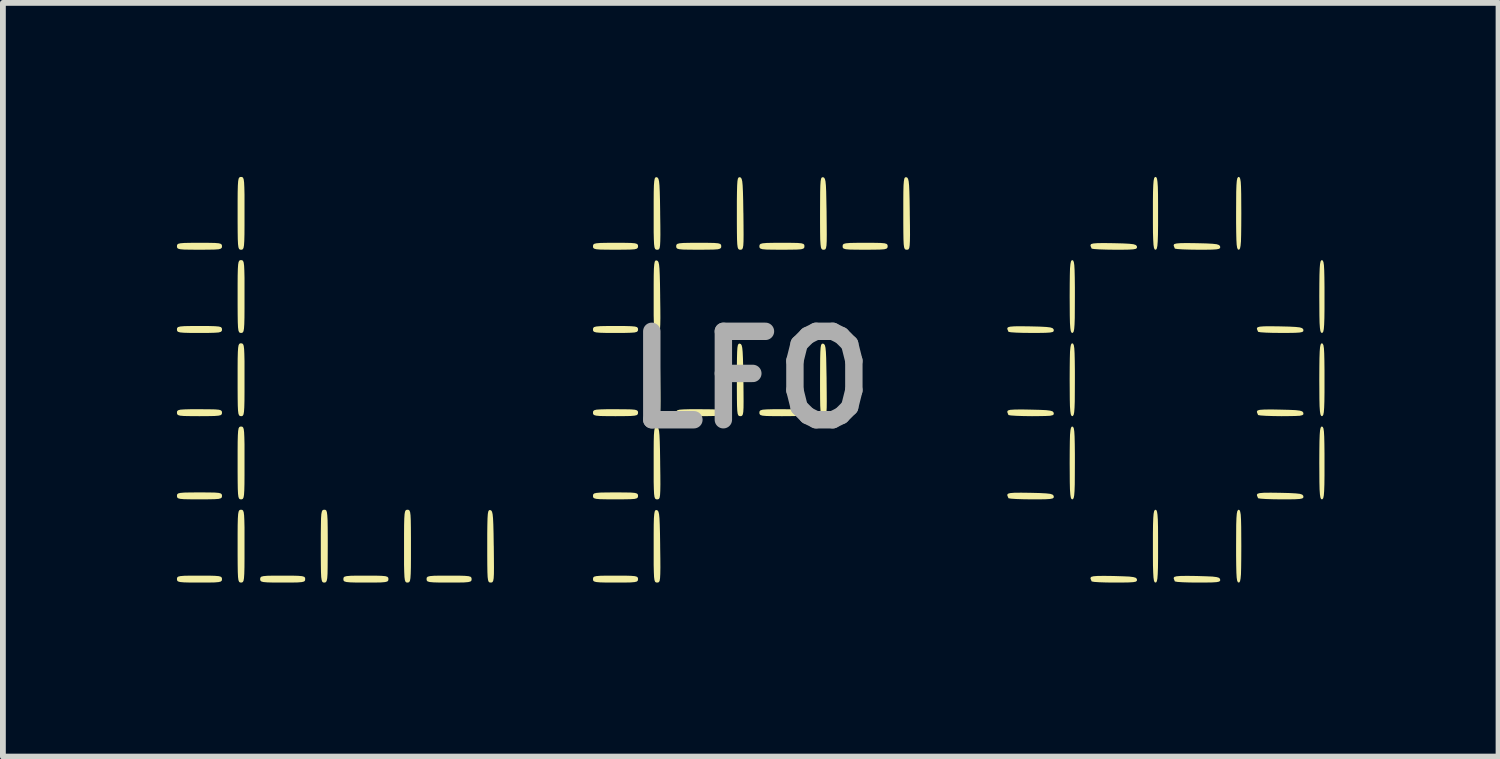
<source format=kicad_pcb>
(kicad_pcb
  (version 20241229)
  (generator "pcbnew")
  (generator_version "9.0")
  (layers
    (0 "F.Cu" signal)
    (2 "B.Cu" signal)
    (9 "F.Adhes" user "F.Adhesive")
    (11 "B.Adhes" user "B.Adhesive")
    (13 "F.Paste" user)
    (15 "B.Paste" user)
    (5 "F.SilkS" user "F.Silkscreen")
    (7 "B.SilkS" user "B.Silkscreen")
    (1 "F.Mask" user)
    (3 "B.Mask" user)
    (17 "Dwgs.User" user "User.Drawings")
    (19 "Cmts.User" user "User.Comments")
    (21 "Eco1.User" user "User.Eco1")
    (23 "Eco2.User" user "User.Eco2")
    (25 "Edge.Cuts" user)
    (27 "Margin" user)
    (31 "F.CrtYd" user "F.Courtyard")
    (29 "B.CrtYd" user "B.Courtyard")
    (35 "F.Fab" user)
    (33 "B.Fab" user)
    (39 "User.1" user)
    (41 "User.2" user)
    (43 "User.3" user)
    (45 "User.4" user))
  (footprint "LFO"
    (layer "F.Cu")
    (at 9.891 3.496)
    (property "Reference" "LFO" (at 0 0 0) (layer "F.Fab") (effects (font (size 1.524 1.524) (thickness 0.3))))
    (attr board_only exclude_from_pos_files exclude_from_bom)
    (fp_poly (pts (xy -9.344 -2.36) (xy -9.236 -2.358) (xy -9.168 -2.352) (xy -9.132 -2.341) (xy -9.117 -2.324) (xy -9.114 -2.301) (xy -9.117 -2.277) (xy -9.134 -2.26) (xy -9.172 -2.249) (xy -9.243 -2.244) (xy -9.355 -2.242) (xy -9.503 -2.241) (xy -9.661 -2.242) (xy -9.77 -2.244) (xy -9.837 -2.25) (xy -9.874 -2.261) (xy -9.888 -2.278) (xy -9.891 -2.301) (xy -9.888 -2.325) (xy -9.872 -2.342) (xy -9.833 -2.352) (xy -9.762 -2.358) (xy -9.65 -2.36) (xy -9.503 -2.361)) (stroke (width 0) (type solid)) (fill yes) (layer "F.SilkS"))
    (fp_poly (pts (xy -9.344 -0.926) (xy -9.236 -0.923) (xy -9.168 -0.917) (xy -9.132 -0.907) (xy -9.117 -0.889) (xy -9.114 -0.867) (xy -9.117 -0.842) (xy -9.134 -0.826) (xy -9.172 -0.815) (xy -9.243 -0.81) (xy -9.355 -0.807) (xy -9.503 -0.807) (xy -9.661 -0.807) (xy -9.77 -0.81) (xy -9.837 -0.816) (xy -9.874 -0.827) (xy -9.888 -0.844) (xy -9.891 -0.867) (xy -9.888 -0.891) (xy -9.872 -0.908) (xy -9.833 -0.918) (xy -9.762 -0.924) (xy -9.65 -0.926) (xy -9.503 -0.926)) (stroke (width 0) (type solid)) (fill yes) (layer "F.SilkS"))
    (fp_poly (pts (xy -9.344 0.509) (xy -9.236 0.511) (xy -9.168 0.517) (xy -9.132 0.528) (xy -9.117 0.545) (xy -9.114 0.568) (xy -9.117 0.592) (xy -9.134 0.609) (xy -9.172 0.619) (xy -9.243 0.625) (xy -9.355 0.627) (xy -9.503 0.628) (xy -9.661 0.627) (xy -9.77 0.625) (xy -9.837 0.619) (xy -9.874 0.608) (xy -9.888 0.59) (xy -9.891 0.568) (xy -9.888 0.543) (xy -9.872 0.527) (xy -9.833 0.516) (xy -9.762 0.511) (xy -9.65 0.508) (xy -9.503 0.508)) (stroke (width 0) (type solid)) (fill yes) (layer "F.SilkS"))
    (fp_poly (pts (xy -9.344 1.943) (xy -9.236 1.945) (xy -9.168 1.951) (xy -9.132 1.962) (xy -9.117 1.979) (xy -9.114 2.002) (xy -9.117 2.027) (xy -9.134 2.043) (xy -9.172 2.054) (xy -9.243 2.059) (xy -9.355 2.061) (xy -9.503 2.062) (xy -9.661 2.061) (xy -9.77 2.059) (xy -9.837 2.053) (xy -9.874 2.042) (xy -9.888 2.025) (xy -9.891 2.002) (xy -9.888 1.978) (xy -9.872 1.961) (xy -9.833 1.951) (xy -9.762 1.945) (xy -9.65 1.943) (xy -9.503 1.942)) (stroke (width 0) (type solid)) (fill yes) (layer "F.SilkS"))
    (fp_poly (pts (xy -9.344 3.377) (xy -9.236 3.38) (xy -9.168 3.386) (xy -9.132 3.397) (xy -9.117 3.414) (xy -9.114 3.436) (xy -9.117 3.461) (xy -9.134 3.478) (xy -9.172 3.488) (xy -9.243 3.494) (xy -9.355 3.496) (xy -9.503 3.496) (xy -9.661 3.496) (xy -9.77 3.493) (xy -9.837 3.487) (xy -9.874 3.476) (xy -9.888 3.459) (xy -9.891 3.436) (xy -9.888 3.412) (xy -9.872 3.395) (xy -9.833 3.385) (xy -9.762 3.379) (xy -9.65 3.377) (xy -9.503 3.377)) (stroke (width 0) (type solid)) (fill yes) (layer "F.SilkS"))
    (fp_poly (pts (xy -7.91 3.377) (xy -7.801 3.38) (xy -7.734 3.386) (xy -7.697 3.397) (xy -7.682 3.414) (xy -7.68 3.436) (xy -7.683 3.461) (xy -7.699 3.478) (xy -7.738 3.488) (xy -7.809 3.494) (xy -7.921 3.496) (xy -8.068 3.496) (xy -8.227 3.496) (xy -8.335 3.493) (xy -8.403 3.487) (xy -8.439 3.476) (xy -8.454 3.459) (xy -8.457 3.436) (xy -8.453 3.412) (xy -8.437 3.395) (xy -8.398 3.385) (xy -8.328 3.379) (xy -8.216 3.377) (xy -8.068 3.377)) (stroke (width 0) (type solid)) (fill yes) (layer "F.SilkS"))
    (fp_poly (pts (xy -6.475 3.377) (xy -6.367 3.38) (xy -6.299 3.386) (xy -6.263 3.397) (xy -6.248 3.414) (xy -6.245 3.436) (xy -6.249 3.461) (xy -6.265 3.478) (xy -6.304 3.488) (xy -6.374 3.494) (xy -6.487 3.496) (xy -6.634 3.496) (xy -6.792 3.496) (xy -6.901 3.493) (xy -6.968 3.487) (xy -7.005 3.476) (xy -7.02 3.459) (xy -7.022 3.436) (xy -7.019 3.412) (xy -7.003 3.395) (xy -6.964 3.385) (xy -6.893 3.379) (xy -6.781 3.377) (xy -6.634 3.377)) (stroke (width 0) (type solid)) (fill yes) (layer "F.SilkS"))
    (fp_poly (pts (xy -5.041 3.377) (xy -4.933 3.38) (xy -4.865 3.386) (xy -4.828 3.397) (xy -4.814 3.414) (xy -4.811 3.436) (xy -4.814 3.461) (xy -4.831 3.478) (xy -4.869 3.488) (xy -4.94 3.494) (xy -5.052 3.496) (xy -5.2 3.496) (xy -5.358 3.496) (xy -5.466 3.493) (xy -5.534 3.487) (xy -5.571 3.476) (xy -5.585 3.459) (xy -5.588 3.436) (xy -5.585 3.412) (xy -5.568 3.395) (xy -5.53 3.385) (xy -5.459 3.379) (xy -5.347 3.377) (xy -5.2 3.377)) (stroke (width 0) (type solid)) (fill yes) (layer "F.SilkS"))
    (fp_poly (pts (xy -2.172 -2.36) (xy -2.064 -2.358) (xy -1.996 -2.352) (xy -1.96 -2.341) (xy -1.945 -2.324) (xy -1.942 -2.301) (xy -1.946 -2.277) (xy -1.962 -2.26) (xy -2.001 -2.249) (xy -2.071 -2.244) (xy -2.183 -2.242) (xy -2.331 -2.241) (xy -2.489 -2.242) (xy -2.598 -2.244) (xy -2.665 -2.25) (xy -2.702 -2.261) (xy -2.717 -2.278) (xy -2.719 -2.301) (xy -2.716 -2.325) (xy -2.7 -2.342) (xy -2.661 -2.352) (xy -2.59 -2.358) (xy -2.478 -2.36) (xy -2.331 -2.361)) (stroke (width 0) (type solid)) (fill yes) (layer "F.SilkS"))
    (fp_poly (pts (xy -2.172 -0.926) (xy -2.064 -0.923) (xy -1.996 -0.917) (xy -1.96 -0.907) (xy -1.945 -0.889) (xy -1.942 -0.867) (xy -1.946 -0.842) (xy -1.962 -0.826) (xy -2.001 -0.815) (xy -2.071 -0.81) (xy -2.183 -0.807) (xy -2.331 -0.807) (xy -2.489 -0.807) (xy -2.598 -0.81) (xy -2.665 -0.816) (xy -2.702 -0.827) (xy -2.717 -0.844) (xy -2.719 -0.867) (xy -2.716 -0.891) (xy -2.7 -0.908) (xy -2.661 -0.918) (xy -2.59 -0.924) (xy -2.478 -0.926) (xy -2.331 -0.926)) (stroke (width 0) (type solid)) (fill yes) (layer "F.SilkS"))
    (fp_poly (pts (xy -2.172 0.509) (xy -2.064 0.511) (xy -1.996 0.517) (xy -1.96 0.528) (xy -1.945 0.545) (xy -1.942 0.568) (xy -1.946 0.592) (xy -1.962 0.609) (xy -2.001 0.619) (xy -2.071 0.625) (xy -2.183 0.627) (xy -2.331 0.628) (xy -2.489 0.627) (xy -2.598 0.625) (xy -2.665 0.619) (xy -2.702 0.608) (xy -2.717 0.59) (xy -2.719 0.568) (xy -2.716 0.543) (xy -2.7 0.527) (xy -2.661 0.516) (xy -2.59 0.511) (xy -2.478 0.508) (xy -2.331 0.508)) (stroke (width 0) (type solid)) (fill yes) (layer "F.SilkS"))
    (fp_poly (pts (xy -2.172 1.943) (xy -2.064 1.945) (xy -1.996 1.951) (xy -1.96 1.962) (xy -1.945 1.979) (xy -1.942 2.002) (xy -1.946 2.027) (xy -1.962 2.043) (xy -2.001 2.054) (xy -2.071 2.059) (xy -2.183 2.061) (xy -2.331 2.062) (xy -2.489 2.061) (xy -2.598 2.059) (xy -2.665 2.053) (xy -2.702 2.042) (xy -2.717 2.025) (xy -2.719 2.002) (xy -2.716 1.978) (xy -2.7 1.961) (xy -2.661 1.951) (xy -2.59 1.945) (xy -2.478 1.943) (xy -2.331 1.942)) (stroke (width 0) (type solid)) (fill yes) (layer "F.SilkS"))
    (fp_poly (pts (xy -2.172 3.377) (xy -2.064 3.38) (xy -1.996 3.386) (xy -1.96 3.397) (xy -1.945 3.414) (xy -1.942 3.436) (xy -1.946 3.461) (xy -1.962 3.478) (xy -2.001 3.488) (xy -2.071 3.494) (xy -2.183 3.496) (xy -2.331 3.496) (xy -2.489 3.496) (xy -2.598 3.493) (xy -2.665 3.487) (xy -2.702 3.476) (xy -2.717 3.459) (xy -2.719 3.436) (xy -2.716 3.412) (xy -2.7 3.395) (xy -2.661 3.385) (xy -2.59 3.379) (xy -2.478 3.377) (xy -2.331 3.377)) (stroke (width 0) (type solid)) (fill yes) (layer "F.SilkS"))
    (fp_poly (pts (xy -0.738 -2.36) (xy -0.63 -2.358) (xy -0.562 -2.352) (xy -0.525 -2.341) (xy -0.511 -2.324) (xy -0.508 -2.301) (xy -0.511 -2.277) (xy -0.528 -2.26) (xy -0.566 -2.249) (xy -0.637 -2.244) (xy -0.749 -2.242) (xy -0.896 -2.241) (xy -1.055 -2.242) (xy -1.163 -2.244) (xy -1.231 -2.25) (xy -1.268 -2.261) (xy -1.282 -2.278) (xy -1.285 -2.301) (xy -1.282 -2.325) (xy -1.265 -2.342) (xy -1.227 -2.352) (xy -1.156 -2.358) (xy -1.044 -2.36) (xy -0.896 -2.361)) (stroke (width 0) (type solid)) (fill yes) (layer "F.SilkS"))
    (fp_poly (pts (xy -0.738 0.509) (xy -0.63 0.511) (xy -0.562 0.517) (xy -0.525 0.528) (xy -0.511 0.545) (xy -0.508 0.568) (xy -0.511 0.592) (xy -0.528 0.609) (xy -0.566 0.619) (xy -0.637 0.625) (xy -0.749 0.627) (xy -0.896 0.628) (xy -1.055 0.627) (xy -1.163 0.625) (xy -1.231 0.619) (xy -1.268 0.608) (xy -1.282 0.59) (xy -1.285 0.568) (xy -1.282 0.543) (xy -1.265 0.527) (xy -1.227 0.516) (xy -1.156 0.511) (xy -1.044 0.508) (xy -0.896 0.508)) (stroke (width 0) (type solid)) (fill yes) (layer "F.SilkS"))
    (fp_poly (pts (xy 0.696 -2.36) (xy 0.805 -2.358) (xy 0.872 -2.352) (xy 0.909 -2.341) (xy 0.924 -2.324) (xy 0.926 -2.301) (xy 0.923 -2.277) (xy 0.907 -2.26) (xy 0.868 -2.249) (xy 0.797 -2.244) (xy 0.685 -2.242) (xy 0.538 -2.241) (xy 0.379 -2.242) (xy 0.271 -2.244) (xy 0.203 -2.25) (xy 0.167 -2.261) (xy 0.152 -2.278) (xy 0.149 -2.301) (xy 0.153 -2.325) (xy 0.169 -2.342) (xy 0.208 -2.352) (xy 0.278 -2.358) (xy 0.391 -2.36) (xy 0.538 -2.361)) (stroke (width 0) (type solid)) (fill yes) (layer "F.SilkS"))
    (fp_poly (pts (xy 0.696 0.509) (xy 0.805 0.511) (xy 0.872 0.517) (xy 0.909 0.528) (xy 0.924 0.545) (xy 0.926 0.568) (xy 0.923 0.592) (xy 0.907 0.609) (xy 0.868 0.619) (xy 0.797 0.625) (xy 0.685 0.627) (xy 0.538 0.628) (xy 0.379 0.627) (xy 0.271 0.625) (xy 0.203 0.619) (xy 0.167 0.608) (xy 0.152 0.59) (xy 0.149 0.568) (xy 0.153 0.543) (xy 0.169 0.527) (xy 0.208 0.516) (xy 0.278 0.511) (xy 0.391 0.508) (xy 0.538 0.508)) (stroke (width 0) (type solid)) (fill yes) (layer "F.SilkS"))
    (fp_poly (pts (xy 2.131 -2.36) (xy 2.239 -2.358) (xy 2.307 -2.352) (xy 2.343 -2.341) (xy 2.358 -2.324) (xy 2.361 -2.301) (xy 2.357 -2.277) (xy 2.341 -2.26) (xy 2.302 -2.249) (xy 2.232 -2.244) (xy 2.12 -2.242) (xy 1.972 -2.241) (xy 1.814 -2.242) (xy 1.705 -2.244) (xy 1.638 -2.25) (xy 1.601 -2.261) (xy 1.586 -2.278) (xy 1.584 -2.301) (xy 1.587 -2.325) (xy 1.603 -2.342) (xy 1.642 -2.352) (xy 1.713 -2.358) (xy 1.825 -2.36) (xy 1.972 -2.361)) (stroke (width 0) (type solid)) (fill yes) (layer "F.SilkS"))
    (fp_poly (pts (xy 4.818 -0.92) (xy 4.98 -0.916) (xy 5.092 -0.91) (xy 5.163 -0.902) (xy 5.203 -0.889) (xy 5.22 -0.871) (xy 5.224 -0.859) (xy 5.223 -0.838) (xy 5.205 -0.823) (xy 5.161 -0.814) (xy 5.081 -0.809) (xy 4.957 -0.807) (xy 4.848 -0.807) (xy 4.702 -0.808) (xy 4.578 -0.812) (xy 4.488 -0.818) (xy 4.444 -0.826) (xy 4.443 -0.827) (xy 4.424 -0.872) (xy 4.423 -0.887) (xy 4.434 -0.904) (xy 4.472 -0.915) (xy 4.546 -0.921) (xy 4.664 -0.922)) (stroke (width 0) (type solid)) (fill yes) (layer "F.SilkS"))
    (fp_poly (pts (xy 4.818 0.515) (xy 4.98 0.519) (xy 5.092 0.524) (xy 5.163 0.533) (xy 5.203 0.545) (xy 5.22 0.564) (xy 5.224 0.575) (xy 5.223 0.597) (xy 5.205 0.611) (xy 5.161 0.621) (xy 5.081 0.625) (xy 4.957 0.627) (xy 4.848 0.628) (xy 4.702 0.626) (xy 4.578 0.622) (xy 4.488 0.616) (xy 4.444 0.609) (xy 4.443 0.608) (xy 4.424 0.562) (xy 4.423 0.547) (xy 4.434 0.53) (xy 4.472 0.519) (xy 4.546 0.514) (xy 4.664 0.512)) (stroke (width 0) (type solid)) (fill yes) (layer "F.SilkS"))
    (fp_poly (pts (xy 4.818 1.949) (xy 4.98 1.953) (xy 5.092 1.959) (xy 5.163 1.967) (xy 5.203 1.98) (xy 5.22 1.998) (xy 5.224 2.01) (xy 5.223 2.031) (xy 5.205 2.046) (xy 5.161 2.055) (xy 5.081 2.06) (xy 4.957 2.062) (xy 4.848 2.062) (xy 4.702 2.06) (xy 4.578 2.056) (xy 4.488 2.05) (xy 4.444 2.043) (xy 4.443 2.042) (xy 4.424 1.997) (xy 4.423 1.981) (xy 4.434 1.965) (xy 4.472 1.954) (xy 4.546 1.948) (xy 4.664 1.947)) (stroke (width 0) (type solid)) (fill yes) (layer "F.SilkS"))
    (fp_poly (pts (xy 6.253 -2.354) (xy 6.415 -2.35) (xy 6.526 -2.344) (xy 6.597 -2.336) (xy 6.637 -2.323) (xy 6.655 -2.305) (xy 6.658 -2.293) (xy 6.657 -2.272) (xy 6.64 -2.257) (xy 6.595 -2.248) (xy 6.516 -2.243) (xy 6.391 -2.241) (xy 6.282 -2.241) (xy 6.136 -2.243) (xy 6.012 -2.247) (xy 5.922 -2.253) (xy 5.879 -2.26) (xy 5.877 -2.261) (xy 5.858 -2.306) (xy 5.857 -2.322) (xy 5.868 -2.339) (xy 5.906 -2.349) (xy 5.981 -2.355) (xy 6.099 -2.356)) (stroke (width 0) (type solid)) (fill yes) (layer "F.SilkS"))
    (fp_poly (pts (xy 6.253 3.383) (xy 6.415 3.388) (xy 6.526 3.393) (xy 6.597 3.402) (xy 6.637 3.414) (xy 6.655 3.432) (xy 6.658 3.444) (xy 6.657 3.465) (xy 6.64 3.48) (xy 6.595 3.489) (xy 6.516 3.494) (xy 6.391 3.496) (xy 6.282 3.496) (xy 6.136 3.495) (xy 6.012 3.491) (xy 5.922 3.485) (xy 5.879 3.477) (xy 5.877 3.476) (xy 5.858 3.431) (xy 5.857 3.416) (xy 5.868 3.399) (xy 5.906 3.388) (xy 5.981 3.382) (xy 6.099 3.381)) (stroke (width 0) (type solid)) (fill yes) (layer "F.SilkS"))
    (fp_poly (pts (xy 7.687 -2.354) (xy 7.849 -2.35) (xy 7.961 -2.344) (xy 8.032 -2.336) (xy 8.071 -2.323) (xy 8.089 -2.305) (xy 8.092 -2.293) (xy 8.092 -2.272) (xy 8.074 -2.257) (xy 8.03 -2.248) (xy 7.95 -2.243) (xy 7.825 -2.241) (xy 7.717 -2.241) (xy 7.571 -2.243) (xy 7.447 -2.247) (xy 7.357 -2.253) (xy 7.313 -2.26) (xy 7.311 -2.261) (xy 7.293 -2.306) (xy 7.291 -2.322) (xy 7.302 -2.339) (xy 7.341 -2.349) (xy 7.415 -2.355) (xy 7.533 -2.356)) (stroke (width 0) (type solid)) (fill yes) (layer "F.SilkS"))
    (fp_poly (pts (xy 7.687 3.383) (xy 7.849 3.388) (xy 7.961 3.393) (xy 8.032 3.402) (xy 8.071 3.414) (xy 8.089 3.432) (xy 8.092 3.444) (xy 8.092 3.465) (xy 8.074 3.48) (xy 8.03 3.489) (xy 7.95 3.494) (xy 7.825 3.496) (xy 7.717 3.496) (xy 7.571 3.495) (xy 7.447 3.491) (xy 7.357 3.485) (xy 7.313 3.477) (xy 7.311 3.476) (xy 7.293 3.431) (xy 7.291 3.416) (xy 7.302 3.399) (xy 7.341 3.388) (xy 7.415 3.382) (xy 7.533 3.381)) (stroke (width 0) (type solid)) (fill yes) (layer "F.SilkS"))
    (fp_poly (pts (xy 9.121 -0.92) (xy 9.283 -0.916) (xy 9.395 -0.91) (xy 9.466 -0.902) (xy 9.506 -0.889) (xy 9.523 -0.871) (xy 9.527 -0.859) (xy 9.526 -0.838) (xy 9.508 -0.823) (xy 9.464 -0.814) (xy 9.384 -0.809) (xy 9.26 -0.807) (xy 9.151 -0.807) (xy 9.005 -0.808) (xy 8.881 -0.812) (xy 8.791 -0.818) (xy 8.747 -0.826) (xy 8.746 -0.827) (xy 8.727 -0.872) (xy 8.726 -0.887) (xy 8.737 -0.904) (xy 8.775 -0.915) (xy 8.849 -0.921) (xy 8.967 -0.922)) (stroke (width 0) (type solid)) (fill yes) (layer "F.SilkS"))
    (fp_poly (pts (xy 9.121 0.515) (xy 9.283 0.519) (xy 9.395 0.524) (xy 9.466 0.533) (xy 9.506 0.545) (xy 9.523 0.564) (xy 9.527 0.575) (xy 9.526 0.597) (xy 9.508 0.611) (xy 9.464 0.621) (xy 9.384 0.625) (xy 9.26 0.627) (xy 9.151 0.628) (xy 9.005 0.626) (xy 8.881 0.622) (xy 8.791 0.616) (xy 8.747 0.609) (xy 8.746 0.608) (xy 8.727 0.562) (xy 8.726 0.547) (xy 8.737 0.53) (xy 8.775 0.519) (xy 8.849 0.514) (xy 8.967 0.512)) (stroke (width 0) (type solid)) (fill yes) (layer "F.SilkS"))
    (fp_poly (pts (xy 9.121 1.949) (xy 9.283 1.953) (xy 9.395 1.959) (xy 9.466 1.967) (xy 9.506 1.98) (xy 9.523 1.998) (xy 9.527 2.01) (xy 9.526 2.031) (xy 9.508 2.046) (xy 9.464 2.055) (xy 9.384 2.06) (xy 9.26 2.062) (xy 9.151 2.062) (xy 9.005 2.06) (xy 8.881 2.056) (xy 8.791 2.05) (xy 8.747 2.043) (xy 8.746 2.042) (xy 8.727 1.997) (xy 8.726 1.981) (xy 8.737 1.965) (xy 8.775 1.954) (xy 8.849 1.948) (xy 8.967 1.947)) (stroke (width 0) (type solid)) (fill yes) (layer "F.SilkS"))
    (fp_poly (pts (xy 5.558 -2.055) (xy 5.57 -2.028) (xy 5.578 -1.976) (xy 5.583 -1.89) (xy 5.586 -1.764) (xy 5.588 -1.59) (xy 5.588 -1.434) (xy 5.587 -1.223) (xy 5.586 -1.063) (xy 5.582 -0.95) (xy 5.576 -0.874) (xy 5.567 -0.83) (xy 5.554 -0.81) (xy 5.543 -0.807) (xy 5.528 -0.814) (xy 5.517 -0.84) (xy 5.509 -0.893) (xy 5.503 -0.978) (xy 5.5 -1.105) (xy 5.499 -1.278) (xy 5.498 -1.434) (xy 5.499 -1.646) (xy 5.501 -1.805) (xy 5.504 -1.919) (xy 5.511 -1.994) (xy 5.52 -2.039) (xy 5.532 -2.058) (xy 5.543 -2.062)) (stroke (width 0) (type solid)) (fill yes) (layer "F.SilkS"))
    (fp_poly (pts (xy 5.558 -0.62) (xy 5.57 -0.594) (xy 5.578 -0.542) (xy 5.583 -0.456) (xy 5.586 -0.33) (xy 5.588 -0.156) (xy 5.588 0) (xy 5.587 0.212) (xy 5.586 0.371) (xy 5.582 0.485) (xy 5.576 0.56) (xy 5.567 0.604) (xy 5.554 0.624) (xy 5.543 0.628) (xy 5.528 0.62) (xy 5.517 0.594) (xy 5.509 0.542) (xy 5.503 0.456) (xy 5.5 0.33) (xy 5.499 0.156) (xy 5.498 0) (xy 5.499 -0.212) (xy 5.501 -0.371) (xy 5.504 -0.485) (xy 5.511 -0.56) (xy 5.52 -0.604) (xy 5.532 -0.624) (xy 5.543 -0.628)) (stroke (width 0) (type solid)) (fill yes) (layer "F.SilkS"))
    (fp_poly (pts (xy 5.558 0.814) (xy 5.57 0.84) (xy 5.578 0.893) (xy 5.583 0.978) (xy 5.586 1.105) (xy 5.588 1.278) (xy 5.588 1.434) (xy 5.587 1.646) (xy 5.586 1.805) (xy 5.582 1.919) (xy 5.576 1.994) (xy 5.567 2.039) (xy 5.554 2.058) (xy 5.543 2.062) (xy 5.528 2.055) (xy 5.517 2.028) (xy 5.509 1.976) (xy 5.503 1.89) (xy 5.5 1.764) (xy 5.499 1.59) (xy 5.498 1.434) (xy 5.499 1.223) (xy 5.501 1.063) (xy 5.504 0.95) (xy 5.511 0.874) (xy 5.52 0.83) (xy 5.532 0.81) (xy 5.543 0.807)) (stroke (width 0) (type solid)) (fill yes) (layer "F.SilkS"))
    (fp_poly (pts (xy 6.993 -3.489) (xy 7.004 -3.463) (xy 7.012 -3.41) (xy 7.018 -3.325) (xy 7.021 -3.198) (xy 7.022 -3.025) (xy 7.022 -2.869) (xy 7.022 -2.657) (xy 7.02 -2.498) (xy 7.016 -2.384) (xy 7.01 -2.309) (xy 7.001 -2.265) (xy 6.989 -2.245) (xy 6.978 -2.241) (xy 6.962 -2.248) (xy 6.951 -2.275) (xy 6.943 -2.327) (xy 6.938 -2.413) (xy 6.934 -2.539) (xy 6.933 -2.713) (xy 6.933 -2.869) (xy 6.933 -3.081) (xy 6.935 -3.24) (xy 6.939 -3.353) (xy 6.945 -3.429) (xy 6.954 -3.473) (xy 6.966 -3.493) (xy 6.978 -3.496)) (stroke (width 0) (type solid)) (fill yes) (layer "F.SilkS"))
    (fp_poly (pts (xy 6.993 2.248) (xy 7.004 2.275) (xy 7.012 2.327) (xy 7.018 2.413) (xy 7.021 2.539) (xy 7.022 2.713) (xy 7.022 2.869) (xy 7.022 3.081) (xy 7.02 3.24) (xy 7.016 3.353) (xy 7.01 3.429) (xy 7.001 3.473) (xy 6.989 3.493) (xy 6.978 3.496) (xy 6.962 3.489) (xy 6.951 3.463) (xy 6.943 3.41) (xy 6.938 3.325) (xy 6.934 3.198) (xy 6.933 3.025) (xy 6.933 2.869) (xy 6.933 2.657) (xy 6.935 2.498) (xy 6.939 2.384) (xy 6.945 2.309) (xy 6.954 2.265) (xy 6.966 2.245) (xy 6.978 2.241)) (stroke (width 0) (type solid)) (fill yes) (layer "F.SilkS"))
    (fp_poly (pts (xy 8.427 -3.489) (xy 8.438 -3.463) (xy 8.447 -3.41) (xy 8.452 -3.325) (xy 8.455 -3.198) (xy 8.456 -3.025) (xy 8.457 -2.869) (xy 8.456 -2.657) (xy 8.454 -2.498) (xy 8.451 -2.384) (xy 8.444 -2.309) (xy 8.435 -2.265) (xy 8.423 -2.245) (xy 8.412 -2.241) (xy 8.397 -2.248) (xy 8.385 -2.275) (xy 8.377 -2.327) (xy 8.372 -2.413) (xy 8.369 -2.539) (xy 8.367 -2.713) (xy 8.367 -2.869) (xy 8.368 -3.081) (xy 8.369 -3.24) (xy 8.373 -3.353) (xy 8.379 -3.429) (xy 8.388 -3.473) (xy 8.401 -3.493) (xy 8.412 -3.496)) (stroke (width 0) (type solid)) (fill yes) (layer "F.SilkS"))
    (fp_poly (pts (xy 8.427 2.248) (xy 8.438 2.275) (xy 8.447 2.327) (xy 8.452 2.413) (xy 8.455 2.539) (xy 8.456 2.713) (xy 8.457 2.869) (xy 8.456 3.081) (xy 8.454 3.24) (xy 8.451 3.353) (xy 8.444 3.429) (xy 8.435 3.473) (xy 8.423 3.493) (xy 8.412 3.496) (xy 8.397 3.489) (xy 8.385 3.463) (xy 8.377 3.41) (xy 8.372 3.325) (xy 8.369 3.198) (xy 8.367 3.025) (xy 8.367 2.869) (xy 8.368 2.657) (xy 8.369 2.498) (xy 8.373 2.384) (xy 8.379 2.309) (xy 8.388 2.265) (xy 8.401 2.245) (xy 8.412 2.241)) (stroke (width 0) (type solid)) (fill yes) (layer "F.SilkS"))
    (fp_poly (pts (xy 9.861 -2.055) (xy 9.873 -2.028) (xy 9.881 -1.976) (xy 9.886 -1.89) (xy 9.889 -1.764) (xy 9.891 -1.59) (xy 9.891 -1.434) (xy 9.891 -1.223) (xy 9.889 -1.063) (xy 9.885 -0.95) (xy 9.879 -0.874) (xy 9.87 -0.83) (xy 9.857 -0.81) (xy 9.846 -0.807) (xy 9.831 -0.814) (xy 9.82 -0.84) (xy 9.812 -0.893) (xy 9.806 -0.978) (xy 9.803 -1.105) (xy 9.802 -1.278) (xy 9.801 -1.434) (xy 9.802 -1.646) (xy 9.804 -1.805) (xy 9.808 -1.919) (xy 9.814 -1.994) (xy 9.823 -2.039) (xy 9.835 -2.058) (xy 9.846 -2.062)) (stroke (width 0) (type solid)) (fill yes) (layer "F.SilkS"))
    (fp_poly (pts (xy 9.861 -0.62) (xy 9.873 -0.594) (xy 9.881 -0.542) (xy 9.886 -0.456) (xy 9.889 -0.33) (xy 9.891 -0.156) (xy 9.891 0) (xy 9.891 0.212) (xy 9.889 0.371) (xy 9.885 0.485) (xy 9.879 0.56) (xy 9.87 0.604) (xy 9.857 0.624) (xy 9.846 0.628) (xy 9.831 0.62) (xy 9.82 0.594) (xy 9.812 0.542) (xy 9.806 0.456) (xy 9.803 0.33) (xy 9.802 0.156) (xy 9.801 0) (xy 9.802 -0.212) (xy 9.804 -0.371) (xy 9.808 -0.485) (xy 9.814 -0.56) (xy 9.823 -0.604) (xy 9.835 -0.624) (xy 9.846 -0.628)) (stroke (width 0) (type solid)) (fill yes) (layer "F.SilkS"))
    (fp_poly (pts (xy 9.861 0.814) (xy 9.873 0.84) (xy 9.881 0.893) (xy 9.886 0.978) (xy 9.889 1.105) (xy 9.891 1.278) (xy 9.891 1.434) (xy 9.891 1.646) (xy 9.889 1.805) (xy 9.885 1.919) (xy 9.879 1.994) (xy 9.87 2.039) (xy 9.857 2.058) (xy 9.846 2.062) (xy 9.831 2.055) (xy 9.82 2.028) (xy 9.812 1.976) (xy 9.806 1.89) (xy 9.803 1.764) (xy 9.802 1.59) (xy 9.801 1.434) (xy 9.802 1.223) (xy 9.804 1.063) (xy 9.808 0.95) (xy 9.814 0.874) (xy 9.823 0.83) (xy 9.835 0.81) (xy 9.846 0.807)) (stroke (width 0) (type solid)) (fill yes) (layer "F.SilkS"))
    (fp_poly (pts (xy -8.766 -3.494) (xy -8.751 -3.482) (xy -8.74 -3.453) (xy -8.733 -3.4) (xy -8.729 -3.314) (xy -8.726 -3.189) (xy -8.726 -3.017) (xy -8.726 -2.869) (xy -8.726 -2.66) (xy -8.727 -2.504) (xy -8.73 -2.392) (xy -8.735 -2.317) (xy -8.743 -2.273) (xy -8.755 -2.25) (xy -8.771 -2.242) (xy -8.785 -2.241) (xy -8.805 -2.243) (xy -8.82 -2.255) (xy -8.831 -2.284) (xy -8.838 -2.338) (xy -8.842 -2.423) (xy -8.844 -2.548) (xy -8.845 -2.721) (xy -8.845 -2.869) (xy -8.845 -3.077) (xy -8.844 -3.234) (xy -8.841 -3.346) (xy -8.836 -3.42) (xy -8.828 -3.465) (xy -8.816 -3.487) (xy -8.8 -3.495) (xy -8.785 -3.496)) (stroke (width 0) (type solid)) (fill yes) (layer "F.SilkS"))
    (fp_poly (pts (xy -8.766 -2.06) (xy -8.751 -2.048) (xy -8.74 -2.019) (xy -8.733 -1.965) (xy -8.729 -1.88) (xy -8.726 -1.755) (xy -8.726 -1.583) (xy -8.726 -1.434) (xy -8.726 -1.226) (xy -8.727 -1.069) (xy -8.73 -0.958) (xy -8.735 -0.883) (xy -8.743 -0.838) (xy -8.755 -0.816) (xy -8.771 -0.808) (xy -8.785 -0.807) (xy -8.805 -0.809) (xy -8.82 -0.821) (xy -8.831 -0.85) (xy -8.838 -0.903) (xy -8.842 -0.989) (xy -8.844 -1.114) (xy -8.845 -1.286) (xy -8.845 -1.434) (xy -8.845 -1.643) (xy -8.844 -1.799) (xy -8.841 -1.911) (xy -8.836 -1.986) (xy -8.828 -2.03) (xy -8.816 -2.053) (xy -8.8 -2.061) (xy -8.785 -2.062)) (stroke (width 0) (type solid)) (fill yes) (layer "F.SilkS"))
    (fp_poly (pts (xy -8.766 -0.625) (xy -8.751 -0.613) (xy -8.74 -0.585) (xy -8.733 -0.531) (xy -8.729 -0.446) (xy -8.726 -0.32) (xy -8.726 -0.148) (xy -8.726 0) (xy -8.726 0.209) (xy -8.727 0.365) (xy -8.73 0.477) (xy -8.735 0.551) (xy -8.743 0.596) (xy -8.755 0.619) (xy -8.771 0.627) (xy -8.785 0.628) (xy -8.805 0.625) (xy -8.82 0.613) (xy -8.831 0.585) (xy -8.838 0.531) (xy -8.842 0.446) (xy -8.844 0.32) (xy -8.845 0.148) (xy -8.845 0) (xy -8.845 -0.209) (xy -8.844 -0.365) (xy -8.841 -0.477) (xy -8.836 -0.551) (xy -8.828 -0.596) (xy -8.816 -0.619) (xy -8.8 -0.627) (xy -8.785 -0.628)) (stroke (width 0) (type solid)) (fill yes) (layer "F.SilkS"))
    (fp_poly (pts (xy -8.766 0.809) (xy -8.751 0.821) (xy -8.74 0.85) (xy -8.733 0.903) (xy -8.729 0.989) (xy -8.726 1.114) (xy -8.726 1.286) (xy -8.726 1.434) (xy -8.726 1.643) (xy -8.727 1.799) (xy -8.73 1.911) (xy -8.735 1.986) (xy -8.743 2.03) (xy -8.755 2.053) (xy -8.771 2.061) (xy -8.785 2.062) (xy -8.805 2.06) (xy -8.82 2.048) (xy -8.831 2.019) (xy -8.838 1.965) (xy -8.842 1.88) (xy -8.844 1.755) (xy -8.845 1.583) (xy -8.845 1.434) (xy -8.845 1.226) (xy -8.844 1.069) (xy -8.841 0.958) (xy -8.836 0.883) (xy -8.828 0.838) (xy -8.816 0.816) (xy -8.8 0.808) (xy -8.785 0.807)) (stroke (width 0) (type solid)) (fill yes) (layer "F.SilkS"))
    (fp_poly (pts (xy -8.766 2.243) (xy -8.751 2.255) (xy -8.74 2.284) (xy -8.733 2.338) (xy -8.729 2.423) (xy -8.726 2.548) (xy -8.726 2.721) (xy -8.726 2.869) (xy -8.726 3.077) (xy -8.727 3.234) (xy -8.73 3.346) (xy -8.735 3.42) (xy -8.743 3.465) (xy -8.755 3.487) (xy -8.771 3.495) (xy -8.785 3.496) (xy -8.805 3.494) (xy -8.82 3.482) (xy -8.831 3.453) (xy -8.838 3.4) (xy -8.842 3.314) (xy -8.844 3.189) (xy -8.845 3.017) (xy -8.845 2.869) (xy -8.845 2.66) (xy -8.844 2.504) (xy -8.841 2.392) (xy -8.836 2.317) (xy -8.828 2.273) (xy -8.816 2.25) (xy -8.8 2.242) (xy -8.785 2.241)) (stroke (width 0) (type solid)) (fill yes) (layer "F.SilkS"))
    (fp_poly (pts (xy -7.331 2.243) (xy -7.316 2.255) (xy -7.306 2.284) (xy -7.299 2.338) (xy -7.294 2.423) (xy -7.292 2.548) (xy -7.291 2.721) (xy -7.291 2.869) (xy -7.292 3.077) (xy -7.293 3.234) (xy -7.295 3.346) (xy -7.3 3.42) (xy -7.309 3.465) (xy -7.321 3.487) (xy -7.337 3.495) (xy -7.351 3.496) (xy -7.371 3.494) (xy -7.386 3.482) (xy -7.396 3.453) (xy -7.404 3.4) (xy -7.408 3.314) (xy -7.41 3.189) (xy -7.411 3.017) (xy -7.411 2.869) (xy -7.411 2.66) (xy -7.409 2.504) (xy -7.407 2.392) (xy -7.402 2.317) (xy -7.393 2.273) (xy -7.382 2.25) (xy -7.365 2.242) (xy -7.351 2.241)) (stroke (width 0) (type solid)) (fill yes) (layer "F.SilkS"))
    (fp_poly (pts (xy -5.897 2.243) (xy -5.882 2.255) (xy -5.871 2.284) (xy -5.864 2.338) (xy -5.86 2.423) (xy -5.858 2.548) (xy -5.857 2.721) (xy -5.857 2.869) (xy -5.857 3.077) (xy -5.858 3.234) (xy -5.861 3.346) (xy -5.866 3.42) (xy -5.874 3.465) (xy -5.886 3.487) (xy -5.903 3.495) (xy -5.917 3.496) (xy -5.937 3.494) (xy -5.951 3.482) (xy -5.962 3.453) (xy -5.969 3.4) (xy -5.973 3.314) (xy -5.976 3.189) (xy -5.976 3.017) (xy -5.976 2.869) (xy -5.976 2.66) (xy -5.975 2.504) (xy -5.972 2.392) (xy -5.967 2.317) (xy -5.959 2.273) (xy -5.947 2.25) (xy -5.931 2.242) (xy -5.917 2.241)) (stroke (width 0) (type solid)) (fill yes) (layer "F.SilkS"))
    (fp_poly (pts (xy -4.49 2.247) (xy -4.472 2.255) (xy -4.459 2.276) (xy -4.449 2.319) (xy -4.442 2.389) (xy -4.437 2.496) (xy -4.433 2.647) (xy -4.43 2.849) (xy -4.429 2.877) (xy -4.427 3.084) (xy -4.426 3.239) (xy -4.427 3.349) (xy -4.431 3.422) (xy -4.439 3.466) (xy -4.451 3.488) (xy -4.467 3.495) (xy -4.482 3.496) (xy -4.502 3.494) (xy -4.517 3.483) (xy -4.528 3.454) (xy -4.535 3.402) (xy -4.539 3.317) (xy -4.541 3.194) (xy -4.542 3.023) (xy -4.542 2.867) (xy -4.542 2.657) (xy -4.54 2.5) (xy -4.537 2.388) (xy -4.532 2.314) (xy -4.524 2.271) (xy -4.512 2.25) (xy -4.496 2.246)) (stroke (width 0) (type solid)) (fill yes) (layer "F.SilkS"))
    (fp_poly (pts (xy -1.621 -3.491) (xy -1.603 -3.483) (xy -1.59 -3.461) (xy -1.58 -3.419) (xy -1.573 -3.348) (xy -1.568 -3.241) (xy -1.564 -3.09) (xy -1.561 -2.889) (xy -1.561 -2.861) (xy -1.558 -2.654) (xy -1.557 -2.499) (xy -1.559 -2.388) (xy -1.563 -2.315) (xy -1.57 -2.271) (xy -1.582 -2.249) (xy -1.599 -2.242) (xy -1.613 -2.241) (xy -1.633 -2.243) (xy -1.648 -2.255) (xy -1.659 -2.283) (xy -1.666 -2.336) (xy -1.67 -2.42) (xy -1.673 -2.544) (xy -1.673 -2.714) (xy -1.673 -2.871) (xy -1.673 -3.08) (xy -1.672 -3.237) (xy -1.669 -3.349) (xy -1.663 -3.423) (xy -1.655 -3.467) (xy -1.644 -3.487) (xy -1.628 -3.491)) (stroke (width 0) (type solid)) (fill yes) (layer "F.SilkS"))
    (fp_poly (pts (xy -1.621 -2.056) (xy -1.603 -2.048) (xy -1.59 -2.027) (xy -1.58 -1.985) (xy -1.573 -1.914) (xy -1.568 -1.807) (xy -1.564 -1.656) (xy -1.561 -1.454) (xy -1.561 -1.426) (xy -1.558 -1.219) (xy -1.557 -1.064) (xy -1.559 -0.954) (xy -1.563 -0.881) (xy -1.57 -0.837) (xy -1.582 -0.815) (xy -1.599 -0.808) (xy -1.613 -0.807) (xy -1.633 -0.809) (xy -1.648 -0.82) (xy -1.659 -0.849) (xy -1.666 -0.901) (xy -1.67 -0.986) (xy -1.673 -1.109) (xy -1.673 -1.28) (xy -1.673 -1.437) (xy -1.673 -1.646) (xy -1.672 -1.803) (xy -1.669 -1.915) (xy -1.663 -1.989) (xy -1.655 -2.033) (xy -1.644 -2.053) (xy -1.628 -2.057)) (stroke (width 0) (type solid)) (fill yes) (layer "F.SilkS"))
    (fp_poly (pts (xy -1.621 -0.622) (xy -1.603 -0.614) (xy -1.59 -0.593) (xy -1.58 -0.55) (xy -1.573 -0.479) (xy -1.568 -0.372) (xy -1.564 -0.222) (xy -1.561 -0.02) (xy -1.561 0.008) (xy -1.558 0.215) (xy -1.557 0.37) (xy -1.559 0.48) (xy -1.563 0.554) (xy -1.57 0.597) (xy -1.582 0.619) (xy -1.599 0.627) (xy -1.613 0.628) (xy -1.633 0.625) (xy -1.648 0.614) (xy -1.659 0.586) (xy -1.666 0.533) (xy -1.67 0.449) (xy -1.673 0.325) (xy -1.673 0.155) (xy -1.673 -0.002) (xy -1.673 -0.212) (xy -1.672 -0.369) (xy -1.669 -0.481) (xy -1.663 -0.555) (xy -1.655 -0.598) (xy -1.644 -0.618) (xy -1.628 -0.623)) (stroke (width 0) (type solid)) (fill yes) (layer "F.SilkS"))
    (fp_poly (pts (xy -1.621 0.812) (xy -1.603 0.82) (xy -1.59 0.842) (xy -1.58 0.884) (xy -1.573 0.955) (xy -1.568 1.062) (xy -1.564 1.213) (xy -1.561 1.415) (xy -1.561 1.442) (xy -1.558 1.649) (xy -1.557 1.804) (xy -1.559 1.915) (xy -1.563 1.988) (xy -1.57 2.032) (xy -1.582 2.054) (xy -1.599 2.061) (xy -1.613 2.062) (xy -1.633 2.06) (xy -1.648 2.048) (xy -1.659 2.02) (xy -1.666 1.967) (xy -1.67 1.883) (xy -1.673 1.759) (xy -1.673 1.589) (xy -1.673 1.432) (xy -1.673 1.223) (xy -1.672 1.066) (xy -1.669 0.954) (xy -1.663 0.88) (xy -1.655 0.836) (xy -1.644 0.816) (xy -1.628 0.812)) (stroke (width 0) (type solid)) (fill yes) (layer "F.SilkS"))
    (fp_poly (pts (xy -1.621 2.247) (xy -1.603 2.255) (xy -1.59 2.276) (xy -1.58 2.319) (xy -1.573 2.389) (xy -1.568 2.496) (xy -1.564 2.647) (xy -1.561 2.849) (xy -1.561 2.877) (xy -1.558 3.084) (xy -1.557 3.239) (xy -1.559 3.349) (xy -1.563 3.422) (xy -1.57 3.466) (xy -1.582 3.488) (xy -1.599 3.495) (xy -1.613 3.496) (xy -1.633 3.494) (xy -1.648 3.483) (xy -1.659 3.454) (xy -1.666 3.402) (xy -1.67 3.317) (xy -1.673 3.194) (xy -1.673 3.023) (xy -1.673 2.867) (xy -1.673 2.657) (xy -1.672 2.5) (xy -1.669 2.388) (xy -1.663 2.314) (xy -1.655 2.271) (xy -1.644 2.25) (xy -1.628 2.246)) (stroke (width 0) (type solid)) (fill yes) (layer "F.SilkS"))
    (fp_poly (pts (xy -0.187 -3.491) (xy -0.169 -3.483) (xy -0.156 -3.461) (xy -0.146 -3.419) (xy -0.139 -3.348) (xy -0.134 -3.241) (xy -0.13 -3.09) (xy -0.127 -2.889) (xy -0.126 -2.861) (xy -0.124 -2.654) (xy -0.123 -2.499) (xy -0.124 -2.388) (xy -0.128 -2.315) (xy -0.136 -2.271) (xy -0.148 -2.249) (xy -0.164 -2.242) (xy -0.179 -2.241) (xy -0.199 -2.243) (xy -0.214 -2.255) (xy -0.225 -2.283) (xy -0.232 -2.336) (xy -0.236 -2.42) (xy -0.238 -2.544) (xy -0.239 -2.714) (xy -0.239 -2.871) (xy -0.239 -3.08) (xy -0.237 -3.237) (xy -0.234 -3.349) (xy -0.229 -3.423) (xy -0.221 -3.467) (xy -0.209 -3.487) (xy -0.193 -3.491)) (stroke (width 0) (type solid)) (fill yes) (layer "F.SilkS"))
    (fp_poly (pts (xy -0.187 -0.622) (xy -0.169 -0.614) (xy -0.156 -0.593) (xy -0.146 -0.55) (xy -0.139 -0.479) (xy -0.134 -0.372) (xy -0.13 -0.222) (xy -0.127 -0.02) (xy -0.126 0.008) (xy -0.124 0.215) (xy -0.123 0.37) (xy -0.124 0.48) (xy -0.128 0.554) (xy -0.136 0.597) (xy -0.148 0.619) (xy -0.164 0.627) (xy -0.179 0.628) (xy -0.199 0.625) (xy -0.214 0.614) (xy -0.225 0.586) (xy -0.232 0.533) (xy -0.236 0.449) (xy -0.238 0.325) (xy -0.239 0.155) (xy -0.239 -0.002) (xy -0.239 -0.212) (xy -0.237 -0.369) (xy -0.234 -0.481) (xy -0.229 -0.555) (xy -0.221 -0.598) (xy -0.209 -0.618) (xy -0.193 -0.623)) (stroke (width 0) (type solid)) (fill yes) (layer "F.SilkS"))
    (fp_poly (pts (xy 1.248 -3.491) (xy 1.265 -3.483) (xy 1.279 -3.461) (xy 1.289 -3.419) (xy 1.296 -3.348) (xy 1.301 -3.241) (xy 1.304 -3.09) (xy 1.308 -2.889) (xy 1.308 -2.861) (xy 1.31 -2.654) (xy 1.311 -2.499) (xy 1.31 -2.388) (xy 1.306 -2.315) (xy 1.298 -2.271) (xy 1.287 -2.249) (xy 1.27 -2.242) (xy 1.256 -2.241) (xy 1.236 -2.243) (xy 1.221 -2.255) (xy 1.21 -2.283) (xy 1.203 -2.336) (xy 1.198 -2.42) (xy 1.196 -2.544) (xy 1.195 -2.714) (xy 1.195 -2.871) (xy 1.196 -3.08) (xy 1.197 -3.237) (xy 1.2 -3.349) (xy 1.205 -3.423) (xy 1.213 -3.467) (xy 1.225 -3.487) (xy 1.241 -3.491)) (stroke (width 0) (type solid)) (fill yes) (layer "F.SilkS"))
    (fp_poly (pts (xy 1.248 -0.622) (xy 1.265 -0.614) (xy 1.279 -0.593) (xy 1.289 -0.55) (xy 1.296 -0.479) (xy 1.301 -0.372) (xy 1.304 -0.222) (xy 1.308 -0.02) (xy 1.308 0.008) (xy 1.31 0.215) (xy 1.311 0.37) (xy 1.31 0.48) (xy 1.306 0.554) (xy 1.298 0.597) (xy 1.287 0.619) (xy 1.27 0.627) (xy 1.256 0.628) (xy 1.236 0.625) (xy 1.221 0.614) (xy 1.21 0.586) (xy 1.203 0.533) (xy 1.198 0.449) (xy 1.196 0.325) (xy 1.195 0.155) (xy 1.195 -0.002) (xy 1.196 -0.212) (xy 1.197 -0.369) (xy 1.2 -0.481) (xy 1.205 -0.555) (xy 1.213 -0.598) (xy 1.225 -0.618) (xy 1.241 -0.623)) (stroke (width 0) (type solid)) (fill yes) (layer "F.SilkS"))
    (fp_poly (pts (xy 2.682 -3.491) (xy 2.7 -3.483) (xy 2.713 -3.461) (xy 2.723 -3.419) (xy 2.73 -3.348) (xy 2.735 -3.241) (xy 2.739 -3.09) (xy 2.742 -2.889) (xy 2.742 -2.861) (xy 2.745 -2.654) (xy 2.746 -2.499) (xy 2.744 -2.388) (xy 2.74 -2.315) (xy 2.733 -2.271) (xy 2.721 -2.249) (xy 2.705 -2.242) (xy 2.69 -2.241) (xy 2.67 -2.243) (xy 2.655 -2.255) (xy 2.644 -2.283) (xy 2.637 -2.336) (xy 2.633 -2.42) (xy 2.631 -2.544) (xy 2.63 -2.714) (xy 2.63 -2.871) (xy 2.63 -3.08) (xy 2.631 -3.237) (xy 2.634 -3.349) (xy 2.64 -3.423) (xy 2.648 -3.467) (xy 2.659 -3.487) (xy 2.675 -3.491)) (stroke (width 0) (type solid)) (fill yes) (layer "F.SilkS")))
  (gr_rect
    (start -3 -3)
    (end 22.782 9.992)
    (stroke (width 0.1) (type default))
    (fill no)
    (layer "Edge.Cuts")))
</source>
